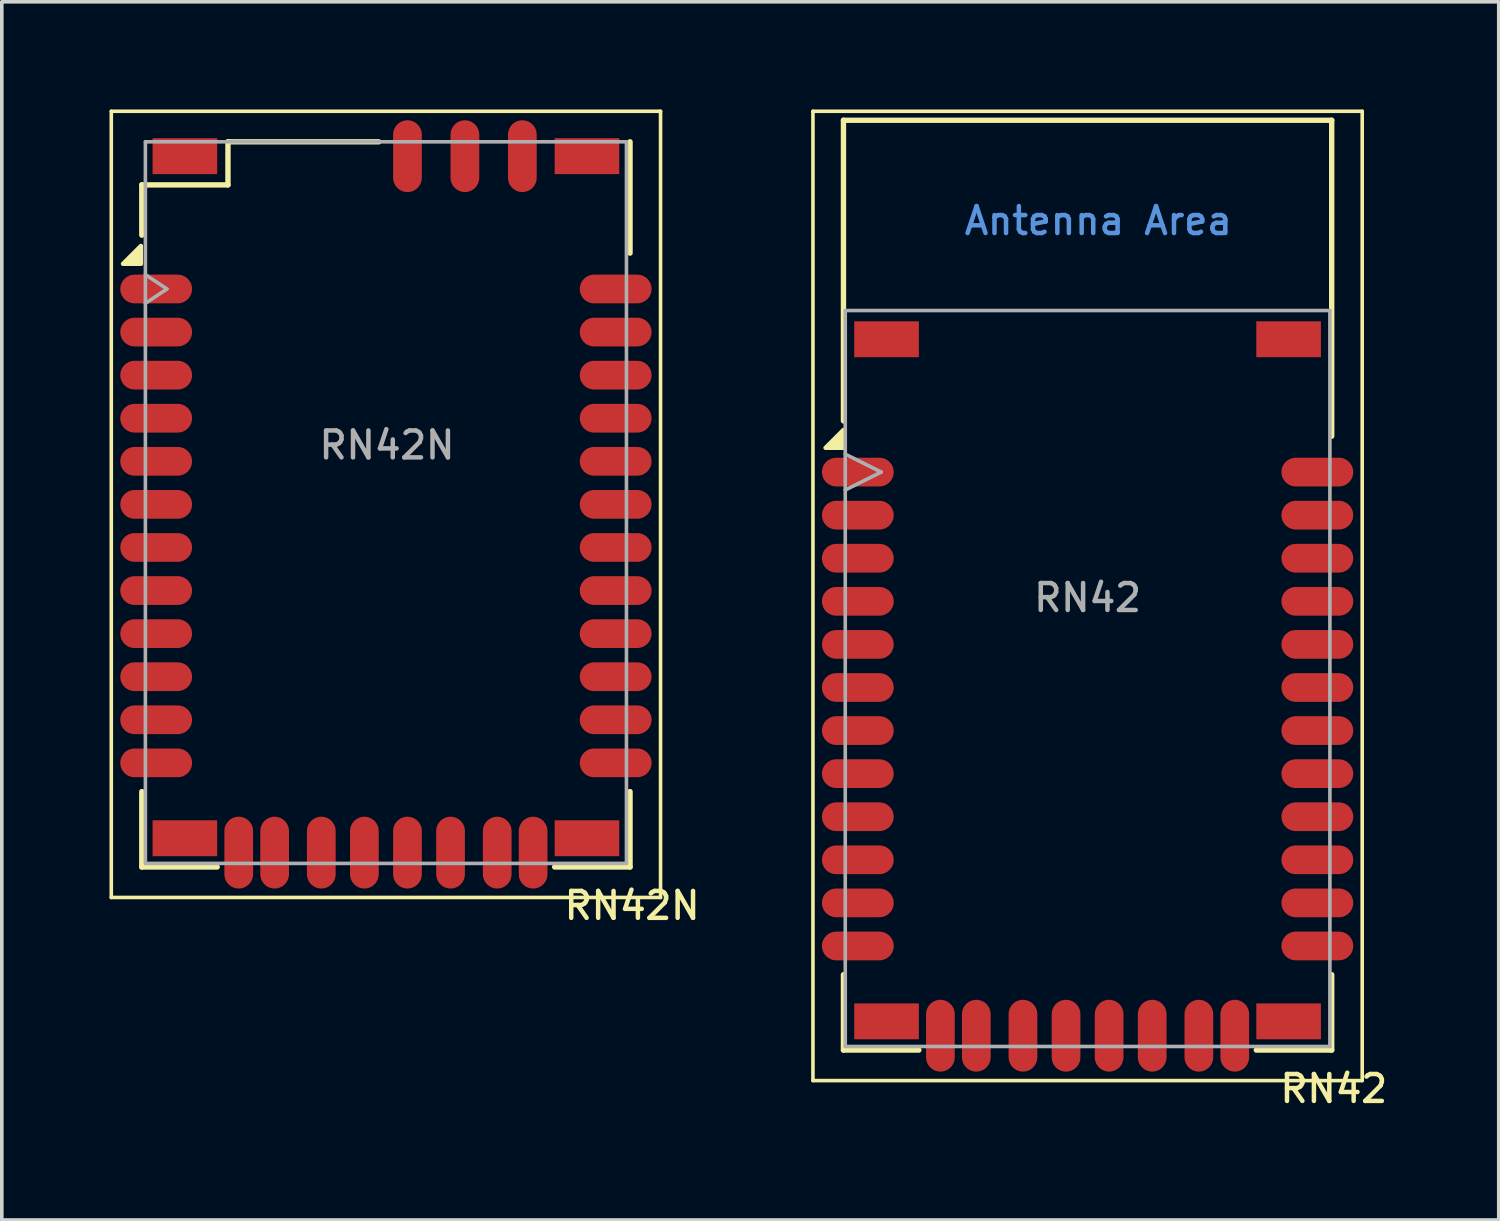
<source format=kicad_pcb>
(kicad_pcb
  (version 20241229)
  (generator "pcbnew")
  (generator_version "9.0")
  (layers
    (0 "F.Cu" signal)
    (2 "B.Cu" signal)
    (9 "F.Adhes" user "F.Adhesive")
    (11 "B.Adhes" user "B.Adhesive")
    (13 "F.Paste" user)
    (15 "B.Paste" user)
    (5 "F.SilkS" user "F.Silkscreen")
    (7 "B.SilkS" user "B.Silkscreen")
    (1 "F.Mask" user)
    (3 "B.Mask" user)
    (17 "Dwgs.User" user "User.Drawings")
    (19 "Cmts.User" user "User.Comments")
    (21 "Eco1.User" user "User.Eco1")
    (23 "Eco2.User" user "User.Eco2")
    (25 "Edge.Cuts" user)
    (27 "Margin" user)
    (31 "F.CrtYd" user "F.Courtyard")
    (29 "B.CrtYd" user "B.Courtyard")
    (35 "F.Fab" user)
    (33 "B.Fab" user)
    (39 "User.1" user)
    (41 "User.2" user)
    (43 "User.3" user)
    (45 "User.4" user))
  (footprint "RN42N"
    (layer "F.Cu")
    (at 7.7 11)
    (property "Reference" "RN42N" (at 6.858 11.176 0) (layer "F.SilkS") (effects (font (size 0.75 0.75) (thickness 0.125))))
    (attr smd)
    (fp_line (start -7.65 -10.95) (end 7.65 -10.95) (stroke (width 0.1) (type solid)) (layer "F.SilkS"))
    (fp_line (start -7.65 10.95) (end -7.65 -10.95) (stroke (width 0.1) (type solid)) (layer "F.SilkS"))
    (fp_line (start -6.8 -8.9) (end -4.4 -8.9) (stroke (width 0.15) (type solid)) (layer "F.SilkS"))
    (fp_line (start -6.8 -7.5) (end -6.8 -8.9) (stroke (width 0.15) (type solid)) (layer "F.SilkS"))
    (fp_line (start -6.8 10.1) (end -6.8 8) (stroke (width 0.15) (type solid)) (layer "F.SilkS"))
    (fp_line (start -4.7 10.1) (end -6.8 10.1) (stroke (width 0.15) (type solid)) (layer "F.SilkS"))
    (fp_line (start -4.4 -10.1) (end -4.4 -8.9) (stroke (width 0.15) (type solid)) (layer "F.SilkS"))
    (fp_line (start -4.4 -10.1) (end -0.2 -10.1) (stroke (width 0.15) (type solid)) (layer "F.SilkS"))
    (fp_line (start 4.7 10.1) (end 6.8 10.1) (stroke (width 0.15) (type solid)) (layer "F.SilkS"))
    (fp_line (start 6.8 -10.1) (end 6.8 -7) (stroke (width 0.15) (type solid)) (layer "F.SilkS"))
    (fp_line (start 6.8 10.1) (end 6.8 8) (stroke (width 0.15) (type solid)) (layer "F.SilkS"))
    (fp_line (start 7.65 -10.95) (end 7.65 10.95) (stroke (width 0.1) (type solid)) (layer "F.SilkS"))
    (fp_line (start 7.65 10.95) (end -7.65 10.95) (stroke (width 0.1) (type solid)) (layer "F.SilkS"))
    (fp_poly (pts (xy -6.825 -6.7) (xy -7.325 -6.7) (xy -6.825 -7.2) (xy -6.825 -6.7)) (stroke (width 0.12) (type solid)) (fill yes) (layer "F.SilkS"))
    (fp_line (start -6.7 -10.1) (end -6.7 10) (stroke (width 0.1) (type solid)) (layer "F.Fab"))
    (fp_line (start -6.7 -6.4) (end -6.1 -6) (stroke (width 0.1) (type solid)) (layer "F.Fab"))
    (fp_line (start -6.7 10) (end 6.7 10) (stroke (width 0.1) (type solid)) (layer "F.Fab"))
    (fp_line (start -6.1 -6) (end -6.7 -5.6) (stroke (width 0.1) (type solid)) (layer "F.Fab"))
    (fp_line (start 6.7 -10.1) (end -6.7 -10.1) (stroke (width 0.1) (type solid)) (layer "F.Fab"))
    (fp_line (start 6.7 10) (end 6.7 -10.1) (stroke (width 0.1) (type solid)) (layer "F.Fab"))
    (fp_text user "${REFERENCE}" (at 0.03 -1.65 0) (layer "F.Fab") (effects (font (size 0.75 0.75) (thickness 0.125))))
    (pad "1" smd oval (at -6.4 -6) (size 2 0.8) (layers "F.Cu" "F.Mask" "F.Paste"))
    (pad "2" smd oval (at -6.4 -4.8) (size 2 0.8) (layers "F.Cu" "F.Mask" "F.Paste"))
    (pad "3" smd oval (at -6.4 -3.6) (size 2 0.8) (layers "F.Cu" "F.Mask" "F.Paste"))
    (pad "4" smd oval (at -6.4 -2.4) (size 2 0.8) (layers "F.Cu" "F.Mask" "F.Paste"))
    (pad "5" smd oval (at -6.4 -1.2) (size 2 0.8) (layers "F.Cu" "F.Mask" "F.Paste"))
    (pad "6" smd oval (at -6.4 0) (size 2 0.8) (layers "F.Cu" "F.Mask" "F.Paste"))
    (pad "7" smd oval (at -6.4 1.2) (size 2 0.8) (layers "F.Cu" "F.Mask" "F.Paste"))
    (pad "8" smd oval (at -6.4 2.4) (size 2 0.8) (layers "F.Cu" "F.Mask" "F.Paste"))
    (pad "9" smd oval (at -6.4 3.6) (size 2 0.8) (layers "F.Cu" "F.Mask" "F.Paste"))
    (pad "10" smd oval (at -6.4 4.8) (size 2 0.8) (layers "F.Cu" "F.Mask" "F.Paste"))
    (pad "11" smd oval (at -6.4 6) (size 2 0.8) (layers "F.Cu" "F.Mask" "F.Paste"))
    (pad "12" smd oval (at -6.4 7.2) (size 2 0.8) (layers "F.Cu" "F.Mask" "F.Paste"))
    (pad "13" smd oval (at 6.4 7.2) (size 2 0.8) (layers "F.Cu" "F.Mask" "F.Paste"))
    (pad "14" smd oval (at 6.4 6) (size 2 0.8) (layers "F.Cu" "F.Mask" "F.Paste"))
    (pad "15" smd oval (at 6.4 4.8) (size 2 0.8) (layers "F.Cu" "F.Mask" "F.Paste"))
    (pad "16" smd oval (at 6.4 3.6) (size 2 0.8) (layers "F.Cu" "F.Mask" "F.Paste"))
    (pad "17" smd oval (at 6.4 2.4) (size 2 0.8) (layers "F.Cu" "F.Mask" "F.Paste"))
    (pad "18" smd oval (at 6.4 1.2) (size 2 0.8) (layers "F.Cu" "F.Mask" "F.Paste"))
    (pad "19" smd oval (at 6.4 0) (size 2 0.8) (layers "F.Cu" "F.Mask" "F.Paste"))
    (pad "20" smd oval (at 6.4 -1.2) (size 2 0.8) (layers "F.Cu" "F.Mask" "F.Paste"))
    (pad "21" smd oval (at 6.4 -2.4) (size 2 0.8) (layers "F.Cu" "F.Mask" "F.Paste"))
    (pad "22" smd oval (at 6.4 -3.6) (size 2 0.8) (layers "F.Cu" "F.Mask" "F.Paste"))
    (pad "23" smd oval (at 6.4 -4.8) (size 2 0.8) (layers "F.Cu" "F.Mask" "F.Paste"))
    (pad "24" smd oval (at 6.4 -6) (size 2 0.8) (layers "F.Cu" "F.Mask" "F.Paste"))
    (pad "25" smd oval (at 3.8 -9.7 90) (size 2 0.8) (layers "F.Cu" "F.Mask" "F.Paste"))
    (pad "26" smd oval (at 2.2 -9.7 90) (size 2 0.8) (layers "F.Cu" "F.Mask" "F.Paste"))
    (pad "27" smd oval (at 0.6 -9.7 90) (size 2 0.8) (layers "F.Cu" "F.Mask" "F.Paste"))
    (pad "28" smd oval (at 3.1 9.7 90) (size 2 0.8) (layers "F.Cu" "F.Mask" "F.Paste"))
    (pad "29" smd oval (at -3.1 9.7 90) (size 2 0.8) (layers "F.Cu" "F.Mask" "F.Paste"))
    (pad "30" smd oval (at 4.1 9.7 90) (size 2 0.8) (layers "F.Cu" "F.Mask" "F.Paste"))
    (pad "31" smd oval (at 1.8 9.7 90) (size 2 0.8) (layers "F.Cu" "F.Mask" "F.Paste"))
    (pad "32" smd oval (at 0.6 9.7 90) (size 2 0.8) (layers "F.Cu" "F.Mask" "F.Paste"))
    (pad "33" smd oval (at -0.6 9.7 90) (size 2 0.8) (layers "F.Cu" "F.Mask" "F.Paste"))
    (pad "34" smd oval (at -1.8 9.7 90) (size 2 0.8) (layers "F.Cu" "F.Mask" "F.Paste"))
    (pad "35" smd oval (at -4.1 9.7 90) (size 2 0.8) (layers "F.Cu" "F.Mask" "F.Paste"))
    (pad "36" smd rect (at -5.6 -9.7) (size 1.8 1) (layers "F.Cu" "F.Mask" "F.Paste"))
    (pad "36" smd rect (at -5.6 9.3) (size 1.8 1) (layers "F.Cu" "F.Mask" "F.Paste"))
    (pad "36" smd rect (at 5.6 -9.7) (size 1.8 1) (layers "F.Cu" "F.Mask" "F.Paste"))
    (pad "36" smd rect (at 5.6 9.3) (size 1.8 1) (layers "F.Cu" "F.Mask" "F.Paste")))
  (footprint "RN42"
    (layer "F.Cu")
    (at 27.245 16.1)
    (property "Reference" "RN42" (at 6.858 11.176 0) (layer "F.SilkS") (effects (font (size 0.75 0.75) (thickness 0.125))))
    (attr smd)
    (fp_line (start -7.65 -16.05) (end 7.65 -16.05) (stroke (width 0.1) (type solid)) (layer "F.SilkS"))
    (fp_line (start -7.65 10.95) (end -7.65 -16.05) (stroke (width 0.1) (type solid)) (layer "F.SilkS"))
    (fp_line (start -6.8 -15.8) (end 6.8 -15.8) (stroke (width 0.15) (type solid)) (layer "F.SilkS"))
    (fp_line (start -6.8 -7.425) (end -6.8 -15.8) (stroke (width 0.15) (type solid)) (layer "F.SilkS"))
    (fp_line (start -6.8 10.1) (end -6.8 8) (stroke (width 0.15) (type solid)) (layer "F.SilkS"))
    (fp_line (start -4.7 10.1) (end -6.8 10.1) (stroke (width 0.15) (type solid)) (layer "F.SilkS"))
    (fp_line (start 4.7 10.1) (end 6.8 10.1) (stroke (width 0.15) (type solid)) (layer "F.SilkS"))
    (fp_line (start 6.8 -15.8) (end 6.8 -7) (stroke (width 0.15) (type solid)) (layer "F.SilkS"))
    (fp_line (start 6.8 10.1) (end 6.8 8) (stroke (width 0.15) (type solid)) (layer "F.SilkS"))
    (fp_line (start 7.65 -16.05) (end 7.65 10.95) (stroke (width 0.1) (type solid)) (layer "F.SilkS"))
    (fp_line (start 7.65 10.95) (end -7.65 10.95) (stroke (width 0.1) (type solid)) (layer "F.SilkS"))
    (fp_poly (pts (xy -6.8 -6.675) (xy -7.3 -6.675) (xy -6.8 -7.175) (xy -6.8 -6.675)) (stroke (width 0.12) (type solid)) (fill yes) (layer "F.SilkS"))
    (fp_line (start -6.75 -10.5) (end 6.75 -10.5) (stroke (width 0.1) (type solid)) (layer "F.Fab"))
    (fp_line (start -6.75 -6.5) (end -5.75 -6) (stroke (width 0.1) (type solid)) (layer "F.Fab"))
    (fp_line (start -6.75 10) (end -6.75 -10.5) (stroke (width 0.1) (type solid)) (layer "F.Fab"))
    (fp_line (start -5.75 -6) (end -6.75 -5.5) (stroke (width 0.1) (type solid)) (layer "F.Fab"))
    (fp_line (start 6.75 -10.5) (end 6.75 10) (stroke (width 0.1) (type solid)) (layer "F.Fab"))
    (fp_line (start 6.75 10) (end -6.75 10) (stroke (width 0.1) (type solid)) (layer "F.Fab"))
    (fp_text user "Antenna Area" (at 0.3 -13 0) (layer "Cmts.User") (effects (font (size 0.75 0.75) (thickness 0.125))))
    (fp_text user "${REFERENCE}" (at 0 -2.5 0) (layer "F.Fab") (effects (font (size 0.75 0.75) (thickness 0.125))))
    (pad "1" smd oval (at -6.4 -6) (size 2 0.8) (layers "F.Cu" "F.Mask" "F.Paste"))
    (pad "2" smd oval (at -6.4 -4.8) (size 2 0.8) (layers "F.Cu" "F.Mask" "F.Paste"))
    (pad "3" smd oval (at -6.4 -3.6) (size 2 0.8) (layers "F.Cu" "F.Mask" "F.Paste"))
    (pad "4" smd oval (at -6.4 -2.4) (size 2 0.8) (layers "F.Cu" "F.Mask" "F.Paste"))
    (pad "5" smd oval (at -6.4 -1.2) (size 2 0.8) (layers "F.Cu" "F.Mask" "F.Paste"))
    (pad "6" smd oval (at -6.4 0) (size 2 0.8) (layers "F.Cu" "F.Mask" "F.Paste"))
    (pad "7" smd oval (at -6.4 1.2) (size 2 0.8) (layers "F.Cu" "F.Mask" "F.Paste"))
    (pad "8" smd oval (at -6.4 2.4) (size 2 0.8) (layers "F.Cu" "F.Mask" "F.Paste"))
    (pad "9" smd oval (at -6.4 3.6) (size 2 0.8) (layers "F.Cu" "F.Mask" "F.Paste"))
    (pad "10" smd oval (at -6.4 4.8) (size 2 0.8) (layers "F.Cu" "F.Mask" "F.Paste"))
    (pad "11" smd oval (at -6.4 6) (size 2 0.8) (layers "F.Cu" "F.Mask" "F.Paste"))
    (pad "12" smd oval (at -6.4 7.2) (size 2 0.8) (layers "F.Cu" "F.Mask" "F.Paste"))
    (pad "13" smd oval (at 6.4 7.2) (size 2 0.8) (layers "F.Cu" "F.Mask" "F.Paste"))
    (pad "14" smd oval (at 6.4 6) (size 2 0.8) (layers "F.Cu" "F.Mask" "F.Paste"))
    (pad "15" smd oval (at 6.4 4.8) (size 2 0.8) (layers "F.Cu" "F.Mask" "F.Paste"))
    (pad "16" smd oval (at 6.4 3.6) (size 2 0.8) (layers "F.Cu" "F.Mask" "F.Paste"))
    (pad "17" smd oval (at 6.4 2.4) (size 2 0.8) (layers "F.Cu" "F.Mask" "F.Paste"))
    (pad "18" smd oval (at 6.4 1.2) (size 2 0.8) (layers "F.Cu" "F.Mask" "F.Paste"))
    (pad "19" smd oval (at 6.4 0) (size 2 0.8) (layers "F.Cu" "F.Mask" "F.Paste"))
    (pad "20" smd oval (at 6.4 -1.2) (size 2 0.8) (layers "F.Cu" "F.Mask" "F.Paste"))
    (pad "21" smd oval (at 6.4 -2.4) (size 2 0.8) (layers "F.Cu" "F.Mask" "F.Paste"))
    (pad "22" smd oval (at 6.4 -3.6) (size 2 0.8) (layers "F.Cu" "F.Mask" "F.Paste"))
    (pad "23" smd oval (at 6.4 -4.8) (size 2 0.8) (layers "F.Cu" "F.Mask" "F.Paste"))
    (pad "24" smd oval (at 6.4 -6) (size 2 0.8) (layers "F.Cu" "F.Mask" "F.Paste"))
    (pad "28" smd oval (at 3.1 9.7 90) (size 2 0.8) (layers "F.Cu" "F.Mask" "F.Paste"))
    (pad "29" smd oval (at -3.1 9.7 90) (size 2 0.8) (layers "F.Cu" "F.Mask" "F.Paste"))
    (pad "30" smd oval (at 4.1 9.7 90) (size 2 0.8) (layers "F.Cu" "F.Mask" "F.Paste"))
    (pad "31" smd oval (at 1.8 9.7 90) (size 2 0.8) (layers "F.Cu" "F.Mask" "F.Paste"))
    (pad "32" smd oval (at 0.6 9.7 90) (size 2 0.8) (layers "F.Cu" "F.Mask" "F.Paste"))
    (pad "33" smd oval (at -0.6 9.7 90) (size 2 0.8) (layers "F.Cu" "F.Mask" "F.Paste"))
    (pad "34" smd oval (at -1.8 9.7 90) (size 2 0.8) (layers "F.Cu" "F.Mask" "F.Paste"))
    (pad "35" smd oval (at -4.1 9.7 90) (size 2 0.8) (layers "F.Cu" "F.Mask" "F.Paste"))
    (pad "36" smd rect (at -5.6 -9.7) (size 1.8 1) (layers "F.Cu" "F.Mask" "F.Paste"))
    (pad "36" smd rect (at -5.6 9.3) (size 1.8 1) (layers "F.Cu" "F.Mask" "F.Paste"))
    (pad "36" smd rect (at 5.6 -9.7) (size 1.8 1) (layers "F.Cu" "F.Mask" "F.Paste"))
    (pad "36" smd rect (at 5.6 9.3) (size 1.8 1) (layers "F.Cu" "F.Mask" "F.Paste")))
  (gr_rect
    (start -3 -3)
    (end 38.698 30.934)
    (stroke (width 0.1) (type default))
    (fill no)
    (layer "Edge.Cuts")))
</source>
